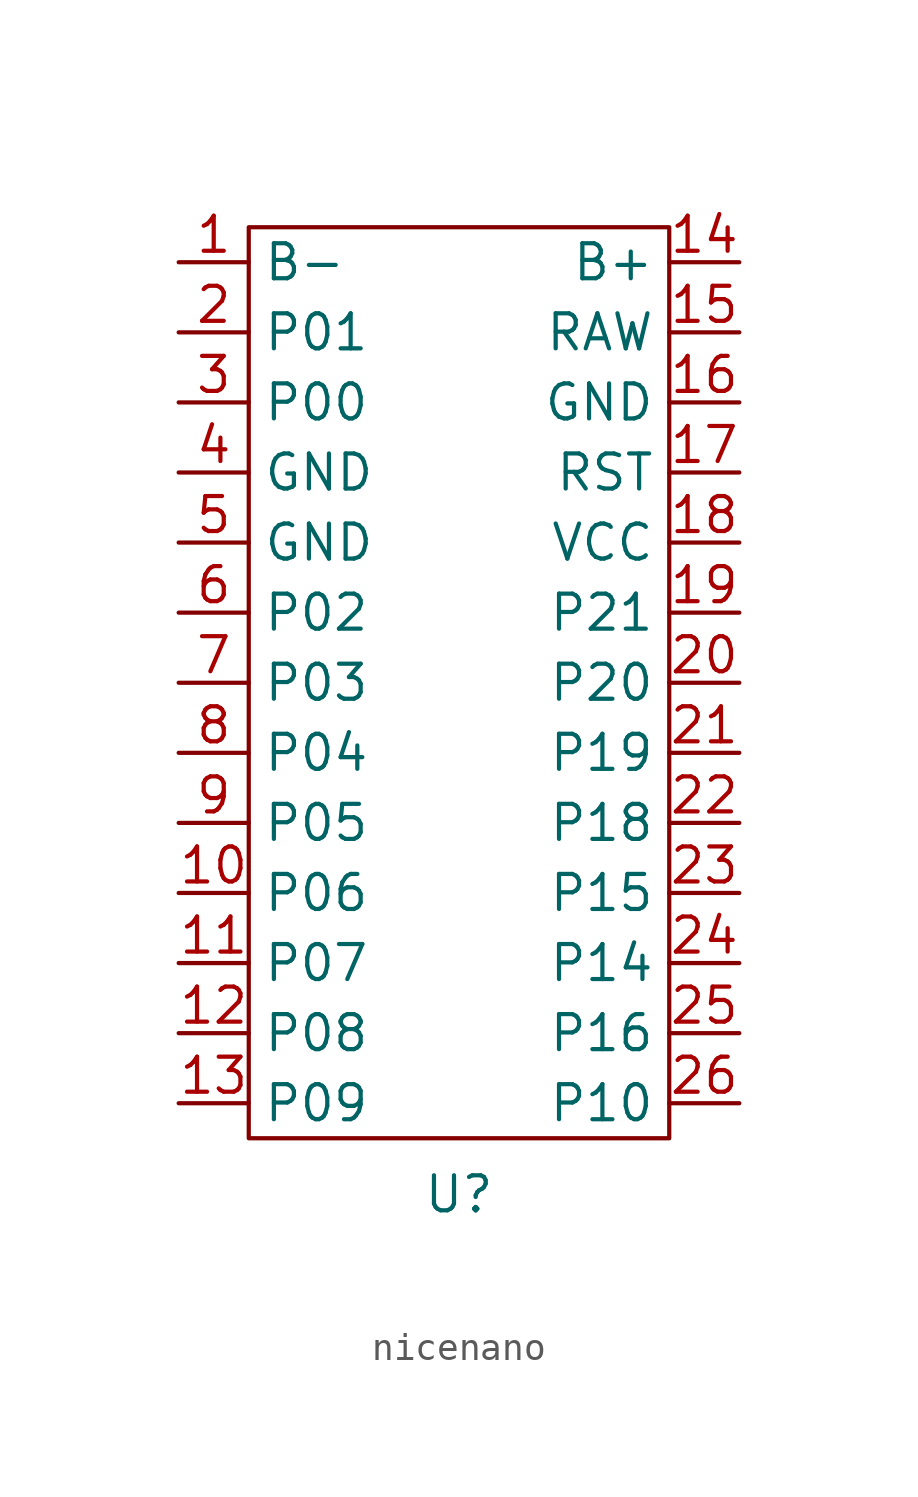
<source format=kicad_sym>
(kicad_symbol_lib
  (version 20231120)
  (generator "kicad_symbol_editor")
  (generator_version "8.0")
  (symbol "nicenano"
    (property "Reference" "U"
      (at 0 -5.842 0)
      (effects (font (size 1.27 1.27))))
    (property "Value" ""
      (at 0 0 0)
      (effects (font (size 1.27 1.27))))
    (symbol "nicenano_0_1"
      (rectangle (start -7.62 -3.81) (end 7.62 29.21) (stroke (width 0) (type default)) (fill (type none))))
    (symbol "nicenano_1_1"
      (pin bidirectional line (at -10.16 27.94 0) (length 2.54) (name "B-" (effects (font (size 1.27 1.27)))) (number "1" (effects (font (size 1.27 1.27)))))
      (pin bidirectional line (at -10.16 5.08 0) (length 2.54) (name "P06" (effects (font (size 1.27 1.27)))) (number "10" (effects (font (size 1.27 1.27)))))
      (pin bidirectional line (at -10.16 2.54 0) (length 2.54) (name "P07" (effects (font (size 1.27 1.27)))) (number "11" (effects (font (size 1.27 1.27)))))
      (pin bidirectional line (at -10.16 0 0) (length 2.54) (name "P08" (effects (font (size 1.27 1.27)))) (number "12" (effects (font (size 1.27 1.27)))))
      (pin bidirectional line (at -10.16 -2.54 0) (length 2.54) (name "P09" (effects (font (size 1.27 1.27)))) (number "13" (effects (font (size 1.27 1.27)))))
      (pin bidirectional line (at 10.16 27.94 180) (length 2.54) (name "B+" (effects (font (size 1.27 1.27)))) (number "14" (effects (font (size 1.27 1.27)))))
      (pin bidirectional line (at 10.16 25.4 180) (length 2.54) (name "RAW" (effects (font (size 1.27 1.27)))) (number "15" (effects (font (size 1.27 1.27)))))
      (pin bidirectional line (at 10.16 22.86 180) (length 2.54) (name "GND" (effects (font (size 1.27 1.27)))) (number "16" (effects (font (size 1.27 1.27)))))
      (pin bidirectional line (at 10.16 20.32 180) (length 2.54) (name "RST" (effects (font (size 1.27 1.27)))) (number "17" (effects (font (size 1.27 1.27)))))
      (pin bidirectional line (at 10.16 17.78 180) (length 2.54) (name "VCC" (effects (font (size 1.27 1.27)))) (number "18" (effects (font (size 1.27 1.27)))))
      (pin bidirectional line (at 10.16 15.24 180) (length 2.54) (name "P21" (effects (font (size 1.27 1.27)))) (number "19" (effects (font (size 1.27 1.27)))))
      (pin bidirectional line (at -10.16 25.4 0) (length 2.54) (name "P01" (effects (font (size 1.27 1.27)))) (number "2" (effects (font (size 1.27 1.27)))))
      (pin bidirectional line (at 10.16 12.7 180) (length 2.54) (name "P20" (effects (font (size 1.27 1.27)))) (number "20" (effects (font (size 1.27 1.27)))))
      (pin bidirectional line (at 10.16 10.16 180) (length 2.54) (name "P19" (effects (font (size 1.27 1.27)))) (number "21" (effects (font (size 1.27 1.27)))))
      (pin bidirectional line (at 10.16 7.62 180) (length 2.54) (name "P18" (effects (font (size 1.27 1.27)))) (number "22" (effects (font (size 1.27 1.27)))))
      (pin bidirectional line (at 10.16 5.08 180) (length 2.54) (name "P15" (effects (font (size 1.27 1.27)))) (number "23" (effects (font (size 1.27 1.27)))))
      (pin bidirectional line (at 10.16 2.54 180) (length 2.54) (name "P14" (effects (font (size 1.27 1.27)))) (number "24" (effects (font (size 1.27 1.27)))))
      (pin bidirectional line (at 10.16 0 180) (length 2.54) (name "P16" (effects (font (size 1.27 1.27)))) (number "25" (effects (font (size 1.27 1.27)))))
      (pin bidirectional line (at 10.16 -2.54 180) (length 2.54) (name "P10" (effects (font (size 1.27 1.27)))) (number "26" (effects (font (size 1.27 1.27)))))
      (pin bidirectional line (at -10.16 22.86 0) (length 2.54) (name "P00" (effects (font (size 1.27 1.27)))) (number "3" (effects (font (size 1.27 1.27)))))
      (pin bidirectional line (at -10.16 20.32 0) (length 2.54) (name "GND" (effects (font (size 1.27 1.27)))) (number "4" (effects (font (size 1.27 1.27)))))
      (pin bidirectional line (at -10.16 17.78 0) (length 2.54) (name "GND" (effects (font (size 1.27 1.27)))) (number "5" (effects (font (size 1.27 1.27)))))
      (pin bidirectional line (at -10.16 15.24 0) (length 2.54) (name "P02" (effects (font (size 1.27 1.27)))) (number "6" (effects (font (size 1.27 1.27)))))
      (pin bidirectional line (at -10.16 12.7 0) (length 2.54) (name "P03" (effects (font (size 1.27 1.27)))) (number "7" (effects (font (size 1.27 1.27)))))
      (pin bidirectional line (at -10.16 10.16 0) (length 2.54) (name "P04" (effects (font (size 1.27 1.27)))) (number "8" (effects (font (size 1.27 1.27)))))
      (pin bidirectional line (at -10.16 7.62 0) (length 2.54) (name "P05" (effects (font (size 1.27 1.27)))) (number "9" (effects (font (size 1.27 1.27))))))))
</source>
